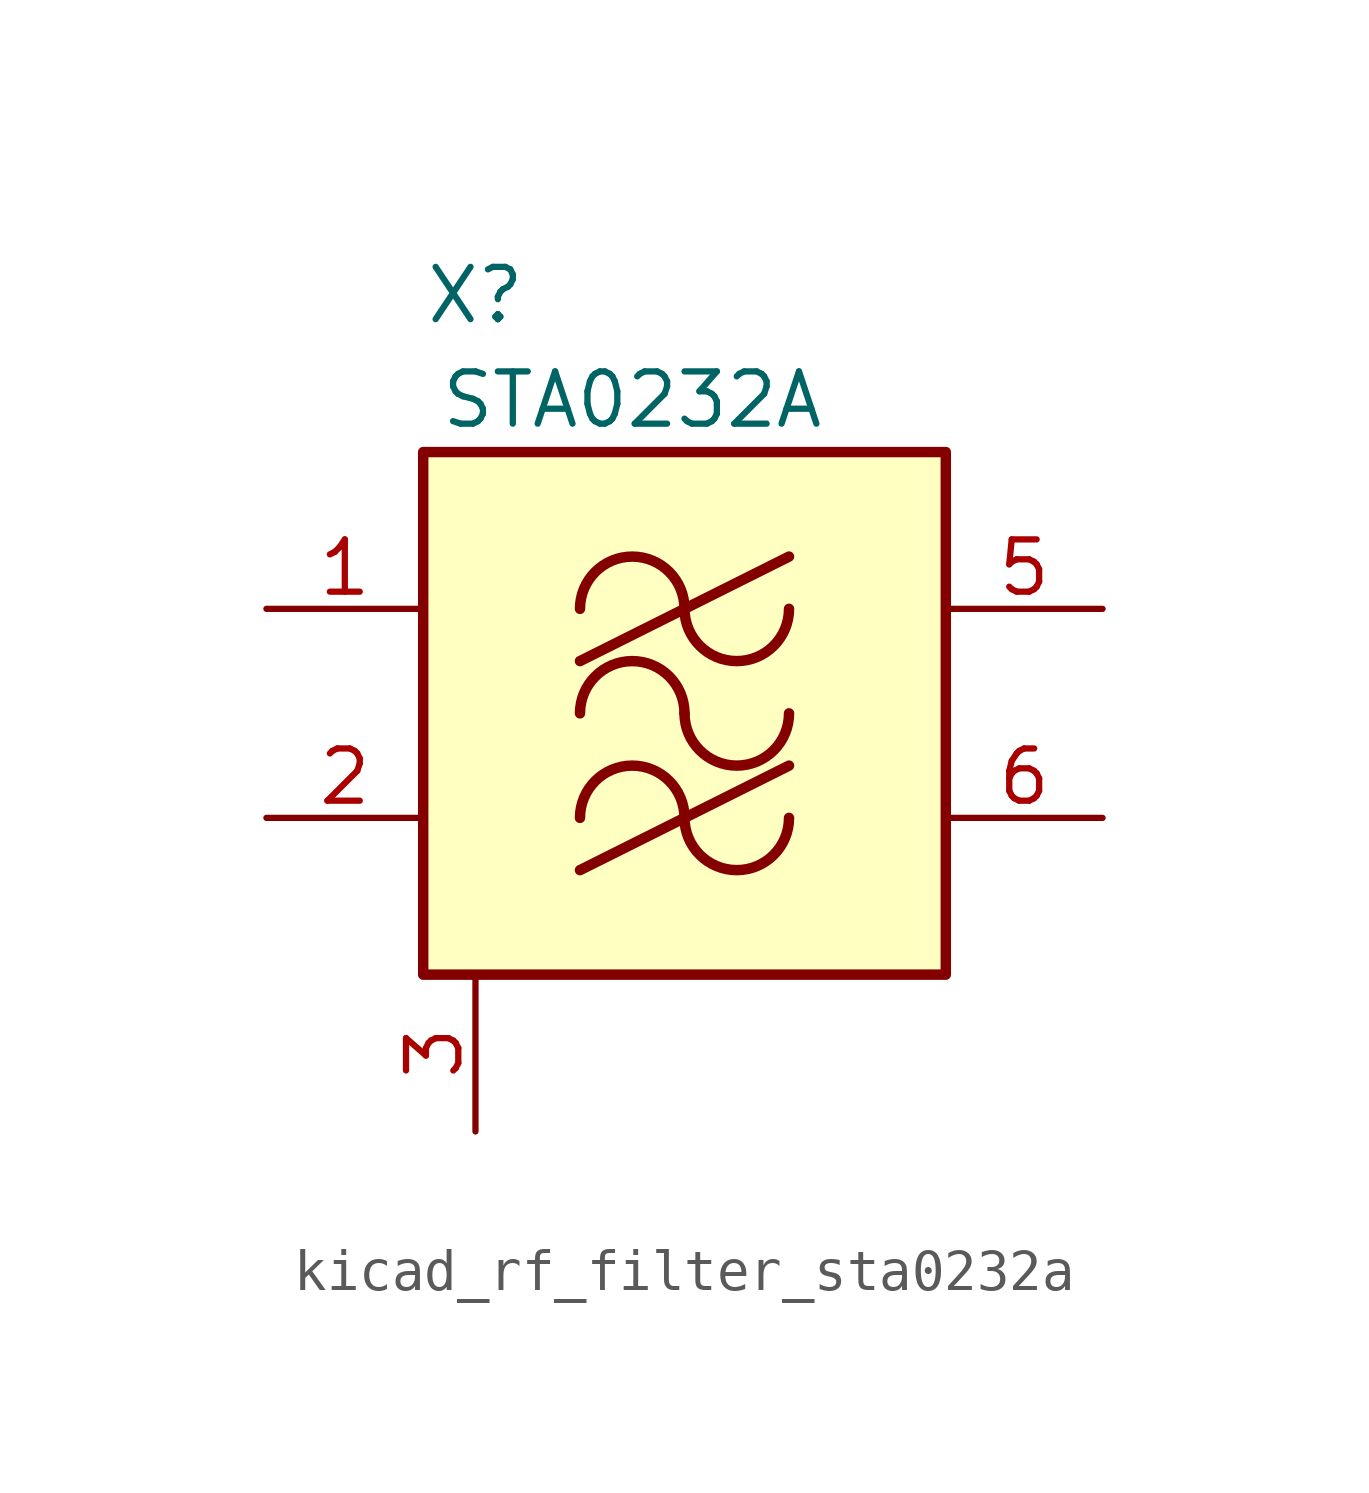
<source format=kicad_sym>
(kicad_symbol_lib
  (version 20220914)
  (generator kicad_symbol_editor)
  (symbol "kicad_rf_filter_sta0232a"
    (pin_names hide)
    (property "Reference" "X"
      (at -5.08 10.16 0)
      (effects (font (size 1.27 1.27))))
    (property "Value" "STA0232A"
      (at -1.27 7.62 0)
      (effects (font (size 1.27 1.27))))
    (symbol "kicad_rf_filter_sta0232a_1_1"
      (rectangle (start -6.35 6.35) (end 6.35 -6.35) (stroke (width 0.254) (type default)) (fill (type background)))
      (arc (start 0 -2.54) (mid -1.27 -1.2755) (end -2.54 -2.54) (stroke (width 0.254) (type default)) (fill (type none)))
      (arc (start 0 -2.54) (mid 1.27 -3.8045) (end 2.54 -2.54) (stroke (width 0.254) (type default)) (fill (type none)))
      (arc (start 0 0) (mid -1.27 1.2645) (end -2.54 0) (stroke (width 0.254) (type default)) (fill (type none)))
      (polyline (pts (xy -2.54 -3.81) (xy 2.54 -1.27)) (stroke (width 0.254) (type default)) (fill (type none)))
      (polyline (pts (xy -2.54 1.27) (xy 2.54 3.81)) (stroke (width 0.254) (type default)) (fill (type none)))
      (arc (start 0 0) (mid 1.27 -1.2645) (end 2.54 0) (stroke (width 0.254) (type default)) (fill (type none)))
      (arc (start 0 2.54) (mid -1.27 3.8045) (end -2.54 2.54) (stroke (width 0.254) (type default)) (fill (type none)))
      (arc (start 0 2.54) (mid 1.27 1.2755) (end 2.54 2.54) (stroke (width 0.254) (type default)) (fill (type none)))
      (pin input line (at -10.16 2.54 0) (length 3.81) (name "IN_1" (effects (font (size 1.27 1.27)))) (number "1" (effects (font (size 1.27 1.27)))))
      (pin input line (at -10.16 -2.54 0) (length 3.81) (name "IN_2" (effects (font (size 1.27 1.27)))) (number "2" (effects (font (size 1.27 1.27)))))
      (pin power_in line (at -5.08 -10.16 90) (length 3.81) (name "GND" (effects (font (size 1.27 1.27)))) (number "3" (effects (font (size 1.27 1.27)))))
      (pin passive line (at -5.08 -10.16 90) (length 3.81) hide (name "GND" (effects (font (size 1.27 1.27)))) (number "4" (effects (font (size 1.27 1.27)))))
      (pin output line (at 10.16 2.54 180) (length 3.81) (name "OUT_1" (effects (font (size 1.27 1.27)))) (number "5" (effects (font (size 1.27 1.27)))))
      (pin output line (at 10.16 -2.54 180) (length 3.81) (name "OUT_2" (effects (font (size 1.27 1.27)))) (number "6" (effects (font (size 1.27 1.27)))))
      (pin passive line (at -5.08 -10.16 90) (length 3.81) hide (name "GND" (effects (font (size 1.27 1.27)))) (number "7" (effects (font (size 1.27 1.27)))))
      (pin passive line (at -5.08 -10.16 90) (length 3.81) hide (name "GND" (effects (font (size 1.27 1.27)))) (number "8" (effects (font (size 1.27 1.27))))))))
</source>
